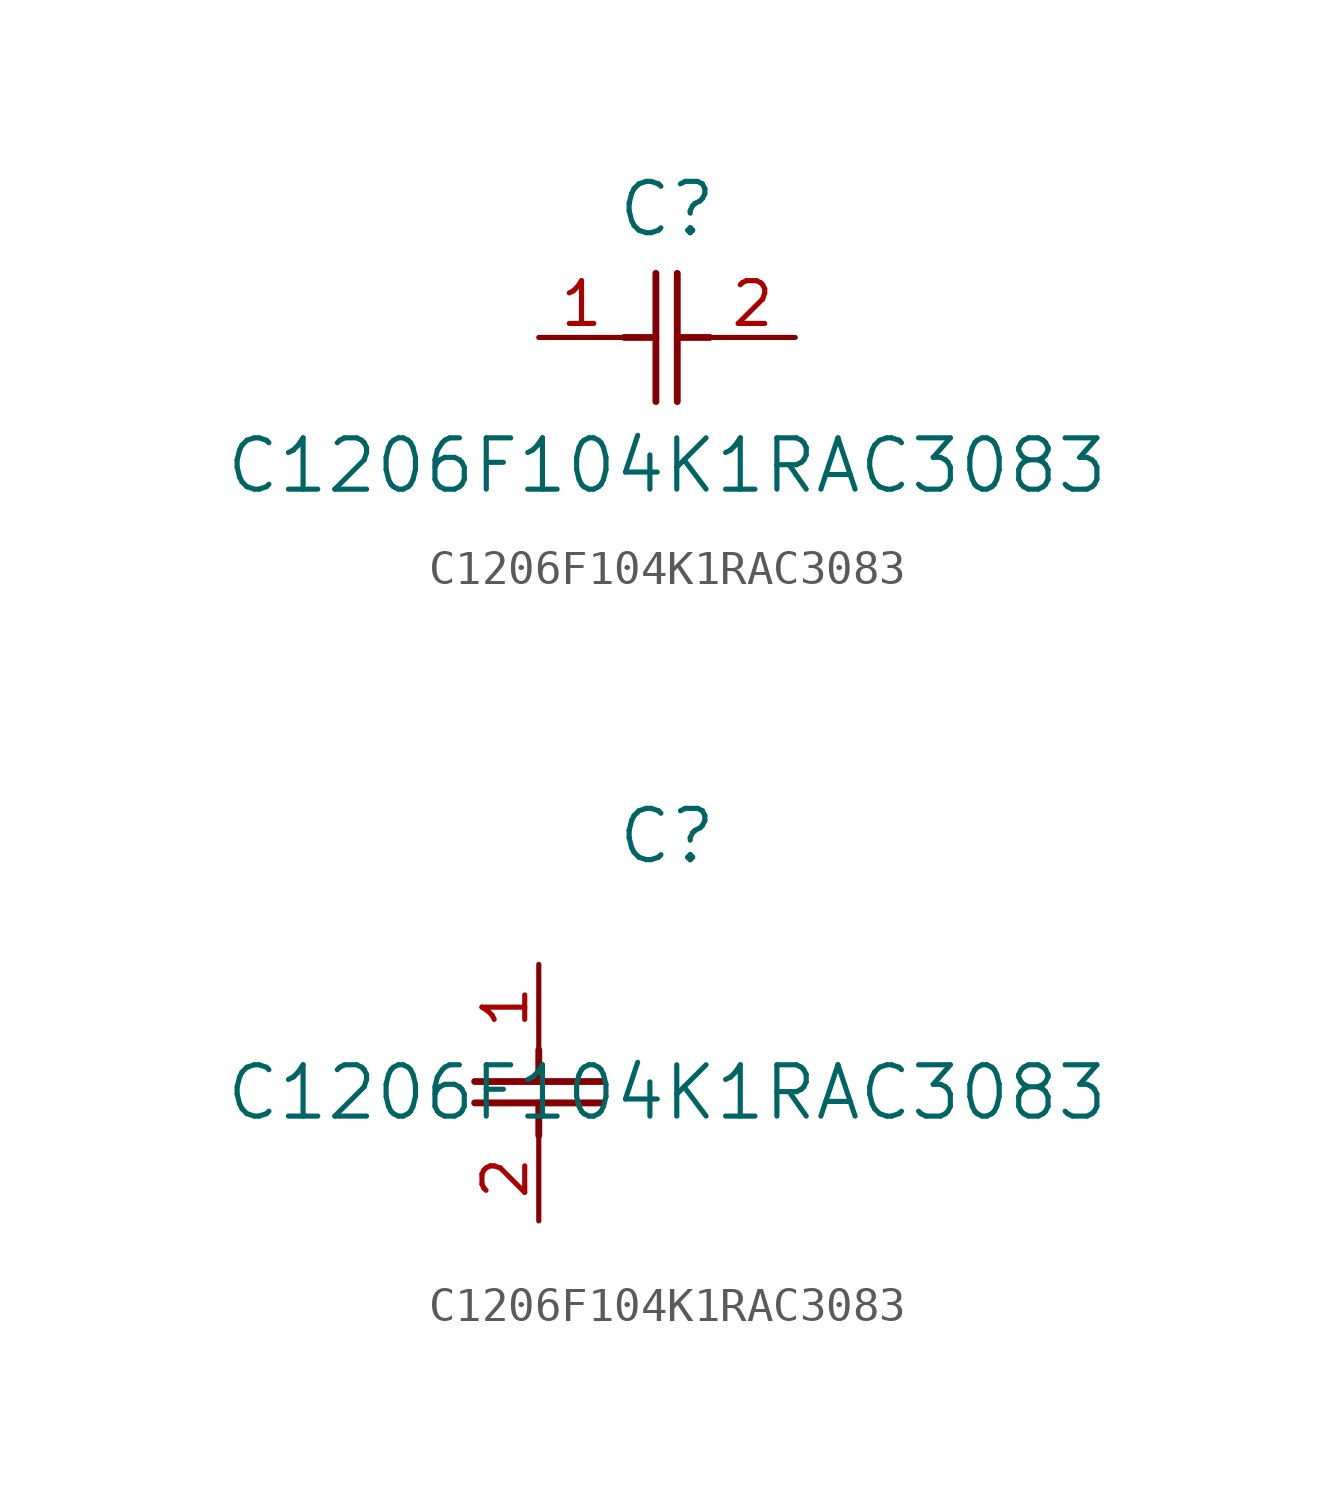
<source format=kicad_sym>
(kicad_symbol_lib
  (version 20211014)
  (generator kicad_symbol_editor)
  (symbol "C1206F104K1RAC3083"
    (pin_names
      (offset 0.254))
    (property "Reference" "C"
      (at 3.81 3.81 0)
      (effects (font (size 1.524 1.524))))
    (property "Value" "C1206F104K1RAC3083"
      (at 3.81 -3.81 0)
      (effects (font (size 1.524 1.524))))
    (symbol "C1206F104K1RAC3083_1_1"
      (polyline (pts (xy 3.48 -1.905) (xy 3.48 1.905)) (stroke (width 0.203) (type default) (color 0 0 0 0)) (fill (type none)))
      (polyline (pts (xy 4.115 -1.905) (xy 4.115 1.905)) (stroke (width 0.203) (type default) (color 0 0 0 0)) (fill (type none)))
      (polyline (pts (xy 4.115 0) (xy 5.08 0)) (stroke (width 0.203) (type default) (color 0 0 0 0)) (fill (type none)))
      (polyline (pts (xy 2.54 0) (xy 3.48 0)) (stroke (width 0.203) (type default) (color 0 0 0 0)) (fill (type none)))
      (pin unspecified line (at 0 0 0) (length 2.54) (name "" (effects (font (size 1.27 1.27)))) (number "1" (effects (font (size 1.27 1.27)))))
      (pin unspecified line (at 7.62 0 180) (length 2.54) (name "" (effects (font (size 1.27 1.27)))) (number "2" (effects (font (size 1.27 1.27))))))
    (symbol "C1206F104K1RAC3083_1_2"
      (polyline (pts (xy -1.905 -3.48) (xy 1.905 -3.48)) (stroke (width 0.203) (type default) (color 0 0 0 0)) (fill (type none)))
      (polyline (pts (xy -1.905 -4.115) (xy 1.905 -4.115)) (stroke (width 0.203) (type default) (color 0 0 0 0)) (fill (type none)))
      (polyline (pts (xy 0 -4.115) (xy 0 -5.08)) (stroke (width 0.203) (type default) (color 0 0 0 0)) (fill (type none)))
      (polyline (pts (xy 0 -2.54) (xy 0 -3.48)) (stroke (width 0.203) (type default) (color 0 0 0 0)) (fill (type none)))
      (pin unspecified line (at 0 0 270) (length 2.54) (name "" (effects (font (size 1.27 1.27)))) (number "1" (effects (font (size 1.27 1.27)))))
      (pin unspecified line (at 0 -7.62 90) (length 2.54) (name "" (effects (font (size 1.27 1.27)))) (number "2" (effects (font (size 1.27 1.27))))))))
</source>
